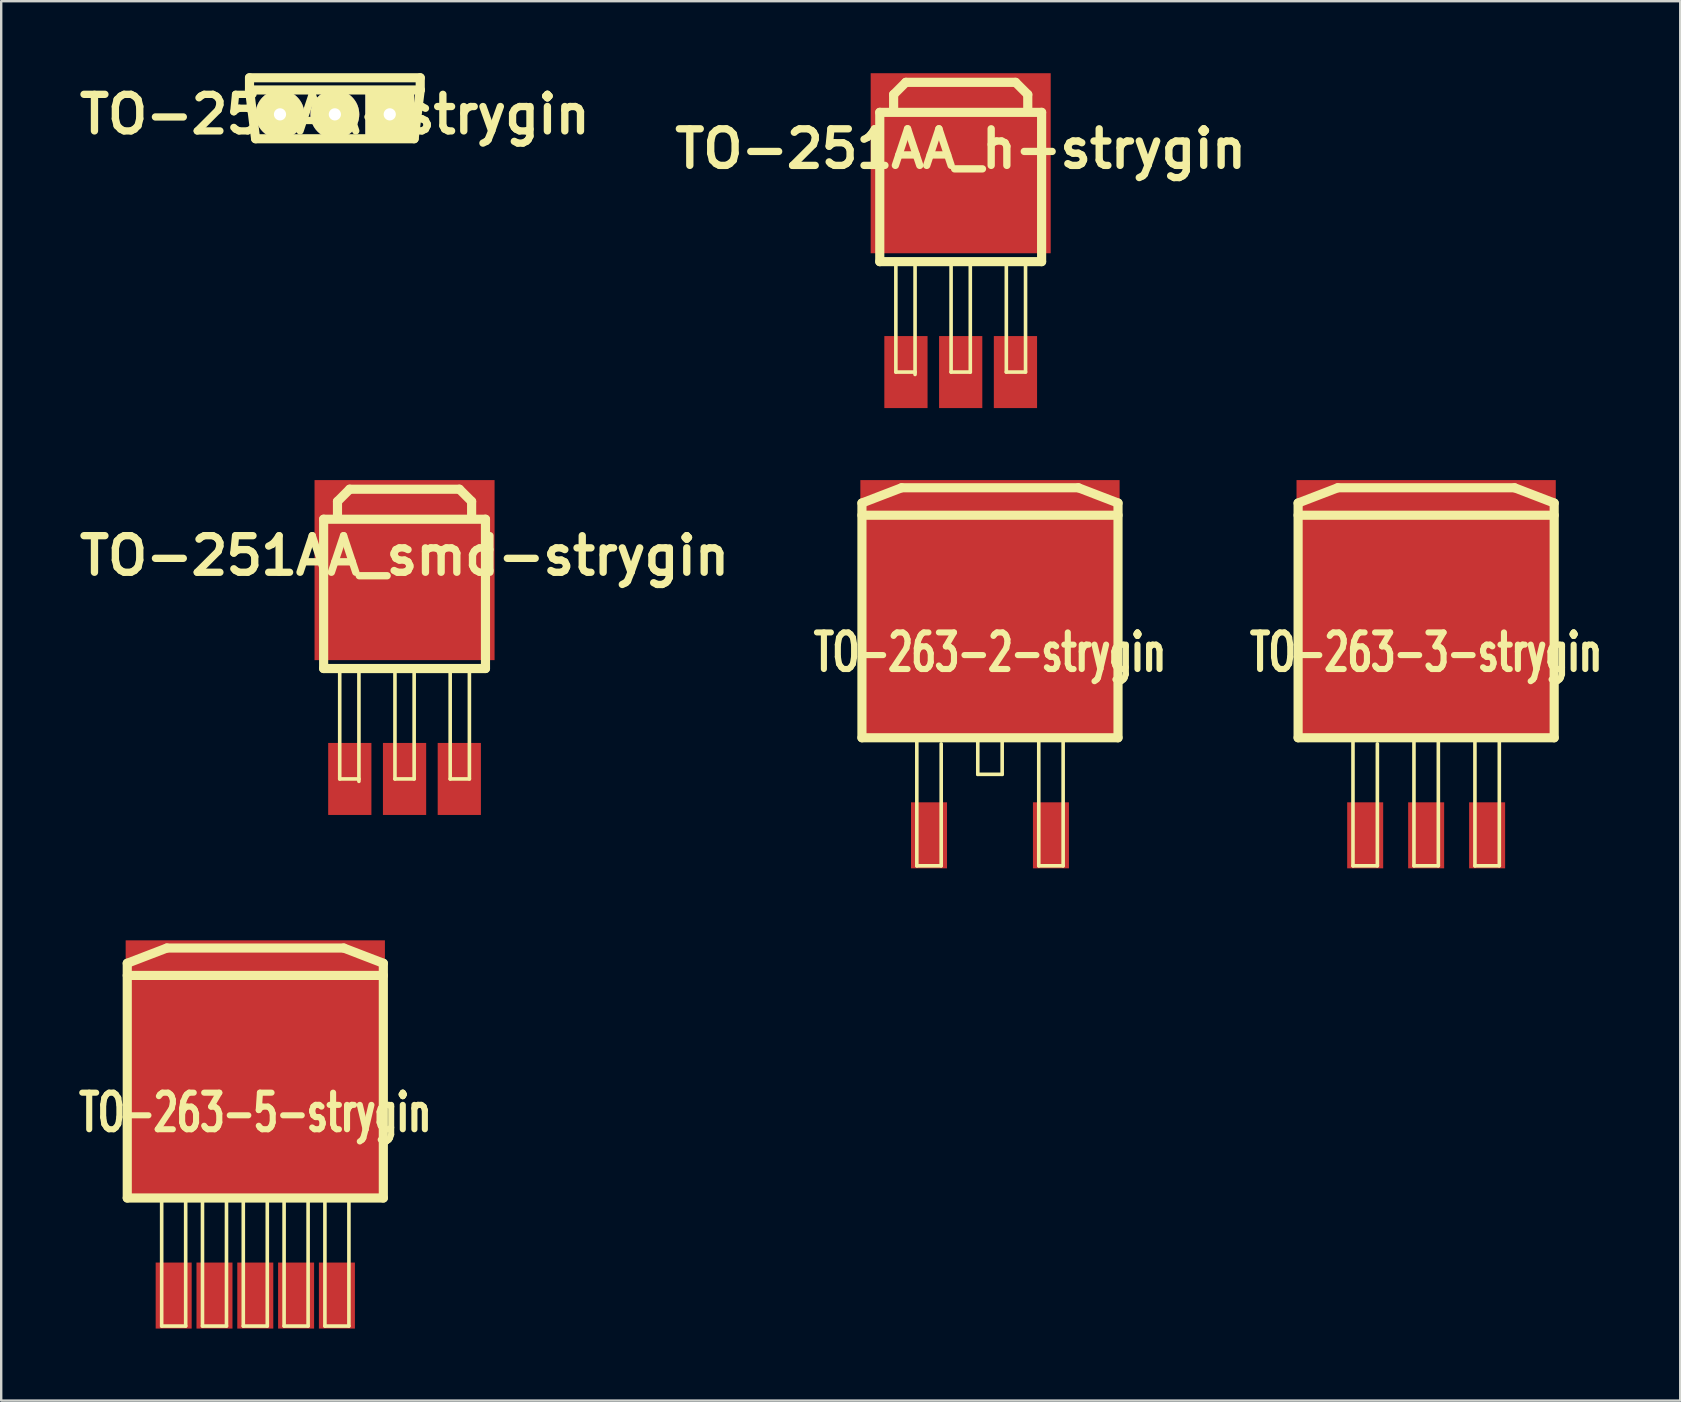
<source format=kicad_pcb>
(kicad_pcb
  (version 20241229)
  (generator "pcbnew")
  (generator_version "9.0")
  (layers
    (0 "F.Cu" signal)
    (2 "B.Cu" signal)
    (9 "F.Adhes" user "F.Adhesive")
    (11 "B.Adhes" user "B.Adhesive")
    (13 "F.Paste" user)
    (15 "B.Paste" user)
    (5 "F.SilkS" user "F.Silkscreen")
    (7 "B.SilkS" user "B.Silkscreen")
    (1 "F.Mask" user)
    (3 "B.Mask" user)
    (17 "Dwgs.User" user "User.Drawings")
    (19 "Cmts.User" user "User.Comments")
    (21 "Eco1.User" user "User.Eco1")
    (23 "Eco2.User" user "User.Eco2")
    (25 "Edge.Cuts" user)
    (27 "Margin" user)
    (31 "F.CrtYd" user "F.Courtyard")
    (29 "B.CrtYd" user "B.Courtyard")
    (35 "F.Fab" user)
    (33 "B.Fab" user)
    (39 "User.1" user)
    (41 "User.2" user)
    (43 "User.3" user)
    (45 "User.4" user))
  (footprint "TO-251AA-strygin"
    (layer "F.Cu")
    (at 10.9 1.714)
    (property "Reference" "TO-251AA-strygin" (at 0 0 0) (layer "F.SilkS") (effects (font (size 1.524 1.524) (thickness 0.305))))
    (attr through_hole)
    (fp_line (start -3.556 -1.524) (end -3.556 -1.016) (stroke (width 0.381) (type solid)) (layer "F.SilkS"))
    (fp_line (start -3.556 -1.524) (end 3.556 -1.524) (stroke (width 0.381) (type solid)) (layer "F.SilkS"))
    (fp_line (start -3.556 -1.016) (end -3.302 1.016) (stroke (width 0.381) (type solid)) (layer "F.SilkS"))
    (fp_line (start -3.556 -1.016) (end 3.556 -1.016) (stroke (width 0.381) (type solid)) (layer "F.SilkS"))
    (fp_line (start -3.302 1.016) (end 3.302 1.016) (stroke (width 0.381) (type solid)) (layer "F.SilkS"))
    (fp_line (start 3.556 -1.524) (end 3.556 -1.016) (stroke (width 0.381) (type solid)) (layer "F.SilkS"))
    (fp_line (start 3.556 -1.016) (end 3.302 1.016) (stroke (width 0.381) (type solid)) (layer "F.SilkS"))
    (pad "1" thru_hole circle (at -2.286 0) (size 2.032 2.032) (drill 0.508) (layers "*.Cu" "*.Mask" "F.SilkS"))
    (pad "2" thru_hole circle (at 0 0) (size 2.032 2.032) (drill 0.508) (layers "*.Cu" "*.Mask" "F.SilkS"))
    (pad "3" thru_hole rect (at 2.286 0) (size 2.032 2.032) (drill 0.508) (layers "*.Cu" "*.Mask" "F.SilkS")))
  (footprint "TO-263-2-strygin"
    (layer "F.Cu")
    (at 38.191 31.748)
    (property "Reference" "TO-263-2-strygin" (at 0 -7.62 0) (layer "F.SilkS") (effects (font (size 1.524 1.016) (thickness 0.254))))
    (attr smd)
    (fp_line (start -5.334 -13.843) (end -3.683 -14.478) (stroke (width 0.381) (type solid)) (layer "F.SilkS"))
    (fp_line (start -5.334 -4.064) (end -5.334 -13.843) (stroke (width 0.381) (type solid)) (layer "F.SilkS"))
    (fp_line (start -5.334 -4.064) (end 5.334 -4.064) (stroke (width 0.381) (type solid)) (layer "F.SilkS"))
    (fp_line (start -3.683 -14.478) (end 3.683 -14.478) (stroke (width 0.381) (type solid)) (layer "F.SilkS"))
    (fp_line (start -3.048 -4.064) (end -3.048 1.27) (stroke (width 0.15) (type solid)) (layer "F.SilkS"))
    (fp_line (start -3.048 1.27) (end -2.032 1.27) (stroke (width 0.15) (type solid)) (layer "F.SilkS"))
    (fp_line (start -2.032 1.27) (end -2.032 -3.81) (stroke (width 0.15) (type solid)) (layer "F.SilkS"))
    (fp_line (start -0.508 -4.064) (end -0.508 -2.54) (stroke (width 0.15) (type solid)) (layer "F.SilkS"))
    (fp_line (start -0.508 -2.54) (end 0.508 -2.54) (stroke (width 0.15) (type solid)) (layer "F.SilkS"))
    (fp_line (start 0.508 -2.54) (end 0.508 -4.064) (stroke (width 0.15) (type solid)) (layer "F.SilkS"))
    (fp_line (start 2.032 -4.064) (end 2.032 1.27) (stroke (width 0.15) (type solid)) (layer "F.SilkS"))
    (fp_line (start 2.032 1.27) (end 3.048 1.27) (stroke (width 0.15) (type solid)) (layer "F.SilkS"))
    (fp_line (start 3.048 1.27) (end 3.048 -4.064) (stroke (width 0.15) (type solid)) (layer "F.SilkS"))
    (fp_line (start 3.683 -14.478) (end 5.334 -13.843) (stroke (width 0.381) (type solid)) (layer "F.SilkS"))
    (fp_line (start 5.334 -13.843) (end 5.334 -4.064) (stroke (width 0.381) (type solid)) (layer "F.SilkS"))
    (fp_line (start 5.334 -13.335) (end -5.334 -13.335) (stroke (width 0.381) (type solid)) (layer "F.SilkS"))
    (pad "1" smd rect (at -2.54 0) (size 1.5 2.75) (layers "F.Cu" "F.Mask" "F.Paste"))
    (pad "2" smd rect (at 0 -9.398) (size 10.8 10.8) (layers "F.Cu" "F.Mask" "F.Paste"))
    (pad "3" smd rect (at 2.54 0) (size 1.5 2.75) (layers "F.Cu" "F.Mask" "F.Paste")))
  (footprint "TO-251AA_smd-strygin"
    (layer "F.Cu")
    (at 13.803 29.4)
    (property "Reference" "TO-251AA_smd-strygin" (at 0 -9.3 0) (layer "F.SilkS") (effects (font (size 1.524 1.524) (thickness 0.305))))
    (attr through_hole)
    (fp_line (start -3.371 -10.82) (end 3.371 -10.82) (stroke (width 0.381) (type solid)) (layer "F.SilkS"))
    (fp_line (start -3.371 -4.6) (end -3.371 -10.82) (stroke (width 0.381) (type solid)) (layer "F.SilkS"))
    (fp_line (start -3.371 -4.6) (end 3.371 -4.6) (stroke (width 0.381) (type solid)) (layer "F.SilkS"))
    (fp_line (start -2.794 -11.562) (end -2.286 -12.07) (stroke (width 0.381) (type solid)) (layer "F.SilkS"))
    (fp_line (start -2.794 -10.9) (end -2.794 -11.562) (stroke (width 0.381) (type solid)) (layer "F.SilkS"))
    (fp_line (start -2.701 0) (end -2.701 -4.6) (stroke (width 0.15) (type solid)) (layer "F.SilkS"))
    (fp_line (start -2.7 0) (end -1.9 0) (stroke (width 0.15) (type solid)) (layer "F.SilkS"))
    (fp_line (start -2.286 -12.07) (end 2.286 -12.07) (stroke (width 0.381) (type solid)) (layer "F.SilkS"))
    (fp_line (start -1.901 0.1) (end -1.901 -4.6) (stroke (width 0.15) (type solid)) (layer "F.SilkS"))
    (fp_line (start -0.4 0) (end -0.4 -4.6) (stroke (width 0.15) (type solid)) (layer "F.SilkS"))
    (fp_line (start -0.4 0) (end 0.4 0) (stroke (width 0.15) (type solid)) (layer "F.SilkS"))
    (fp_line (start 0.4 0) (end 0.4 -4.6) (stroke (width 0.15) (type solid)) (layer "F.SilkS"))
    (fp_line (start 1.9 0) (end 2.7 0) (stroke (width 0.15) (type solid)) (layer "F.SilkS"))
    (fp_line (start 1.901 0) (end 1.901 -4.6) (stroke (width 0.15) (type solid)) (layer "F.SilkS"))
    (fp_line (start 2.286 -12.07) (end 2.794 -11.562) (stroke (width 0.381) (type solid)) (layer "F.SilkS"))
    (fp_line (start 2.701 0) (end 2.701 -4.6) (stroke (width 0.15) (type solid)) (layer "F.SilkS"))
    (fp_line (start 2.794 -11.562) (end 2.794 -10.9) (stroke (width 0.381) (type solid)) (layer "F.SilkS"))
    (fp_line (start 3.371 -10.82) (end 3.371 -4.6) (stroke (width 0.381) (type solid)) (layer "F.SilkS"))
    (pad "1" smd rect (at -2.281 0) (size 1.801 3) (layers "F.Cu" "F.Mask" "F.Paste"))
    (pad "2" smd rect (at 0 -8.7) (size 7.5 7.5) (layers "F.Cu" "F.Mask" "F.Paste"))
    (pad "2" smd rect (at 0 0) (size 1.801 3) (layers "F.Cu" "F.Mask" "F.Paste"))
    (pad "3" smd rect (at 2.281 0) (size 1.801 3) (layers "F.Cu" "F.Mask" "F.Paste")))
  (footprint "TO-263-3-strygin"
    (layer "F.Cu")
    (at 56.361 31.748)
    (property "Reference" "TO-263-3-strygin" (at 0 -7.62 0) (layer "F.SilkS") (effects (font (size 1.524 1.016) (thickness 0.254))))
    (attr smd)
    (fp_line (start -5.334 -13.843) (end -3.683 -14.478) (stroke (width 0.381) (type solid)) (layer "F.SilkS"))
    (fp_line (start -5.334 -4.064) (end -5.334 -13.843) (stroke (width 0.381) (type solid)) (layer "F.SilkS"))
    (fp_line (start -5.334 -4.064) (end 5.334 -4.064) (stroke (width 0.381) (type solid)) (layer "F.SilkS"))
    (fp_line (start -3.683 -14.478) (end 3.683 -14.478) (stroke (width 0.381) (type solid)) (layer "F.SilkS"))
    (fp_line (start -3.048 -4.064) (end -3.048 1.27) (stroke (width 0.15) (type solid)) (layer "F.SilkS"))
    (fp_line (start -3.048 1.27) (end -2.032 1.27) (stroke (width 0.15) (type solid)) (layer "F.SilkS"))
    (fp_line (start -2.032 1.27) (end -2.032 -3.81) (stroke (width 0.15) (type solid)) (layer "F.SilkS"))
    (fp_line (start -0.508 -4.064) (end -0.508 1.27) (stroke (width 0.15) (type solid)) (layer "F.SilkS"))
    (fp_line (start -0.508 1.27) (end 0.508 1.27) (stroke (width 0.15) (type solid)) (layer "F.SilkS"))
    (fp_line (start 0.508 1.27) (end 0.508 -4.064) (stroke (width 0.15) (type solid)) (layer "F.SilkS"))
    (fp_line (start 2.032 -4.064) (end 2.032 1.27) (stroke (width 0.15) (type solid)) (layer "F.SilkS"))
    (fp_line (start 2.032 1.27) (end 3.048 1.27) (stroke (width 0.15) (type solid)) (layer "F.SilkS"))
    (fp_line (start 3.048 1.27) (end 3.048 -4.064) (stroke (width 0.15) (type solid)) (layer "F.SilkS"))
    (fp_line (start 3.683 -14.478) (end 5.334 -13.843) (stroke (width 0.381) (type solid)) (layer "F.SilkS"))
    (fp_line (start 5.334 -13.843) (end 5.334 -4.064) (stroke (width 0.381) (type solid)) (layer "F.SilkS"))
    (fp_line (start 5.334 -13.335) (end -5.334 -13.335) (stroke (width 0.381) (type solid)) (layer "F.SilkS"))
    (pad "1" smd rect (at -2.54 0) (size 1.5 2.75) (layers "F.Cu" "F.Mask" "F.Paste"))
    (pad "2" smd rect (at 0 -9.398) (size 10.8 10.8) (layers "F.Cu" "F.Mask" "F.Paste"))
    (pad "2" smd rect (at 0 0) (size 1.5 2.75) (layers "F.Cu" "F.Mask" "F.Paste"))
    (pad "3" smd rect (at 2.54 0) (size 1.5 2.75) (layers "F.Cu" "F.Mask" "F.Paste")))
  (footprint "TO-251AA_h-strygin"
    (layer "F.Cu")
    (at 36.971 12.45)
    (property "Reference" "TO-251AA_h-strygin" (at 0 -9.3 0) (layer "F.SilkS") (effects (font (size 1.524 1.524) (thickness 0.305))))
    (attr through_hole)
    (fp_line (start -3.371 -10.82) (end 3.371 -10.82) (stroke (width 0.381) (type solid)) (layer "F.SilkS"))
    (fp_line (start -3.371 -4.6) (end -3.371 -10.82) (stroke (width 0.381) (type solid)) (layer "F.SilkS"))
    (fp_line (start -3.371 -4.6) (end 3.371 -4.6) (stroke (width 0.381) (type solid)) (layer "F.SilkS"))
    (fp_line (start -2.794 -11.562) (end -2.286 -12.07) (stroke (width 0.381) (type solid)) (layer "F.SilkS"))
    (fp_line (start -2.794 -10.9) (end -2.794 -11.562) (stroke (width 0.381) (type solid)) (layer "F.SilkS"))
    (fp_line (start -2.701 0) (end -2.701 -4.6) (stroke (width 0.15) (type solid)) (layer "F.SilkS"))
    (fp_line (start -2.7 0) (end -1.9 0) (stroke (width 0.15) (type solid)) (layer "F.SilkS"))
    (fp_line (start -2.286 -12.07) (end 2.286 -12.07) (stroke (width 0.381) (type solid)) (layer "F.SilkS"))
    (fp_line (start -1.901 0.1) (end -1.901 -4.6) (stroke (width 0.15) (type solid)) (layer "F.SilkS"))
    (fp_line (start -0.4 0) (end -0.4 -4.6) (stroke (width 0.15) (type solid)) (layer "F.SilkS"))
    (fp_line (start -0.4 0) (end 0.4 0) (stroke (width 0.15) (type solid)) (layer "F.SilkS"))
    (fp_line (start 0.4 0) (end 0.4 -4.6) (stroke (width 0.15) (type solid)) (layer "F.SilkS"))
    (fp_line (start 1.9 0) (end 2.7 0) (stroke (width 0.15) (type solid)) (layer "F.SilkS"))
    (fp_line (start 1.901 0) (end 1.901 -4.6) (stroke (width 0.15) (type solid)) (layer "F.SilkS"))
    (fp_line (start 2.286 -12.07) (end 2.794 -11.562) (stroke (width 0.381) (type solid)) (layer "F.SilkS"))
    (fp_line (start 2.701 0) (end 2.701 -4.6) (stroke (width 0.15) (type solid)) (layer "F.SilkS"))
    (fp_line (start 2.794 -11.562) (end 2.794 -10.9) (stroke (width 0.381) (type solid)) (layer "F.SilkS"))
    (fp_line (start 3.371 -10.82) (end 3.371 -4.6) (stroke (width 0.381) (type solid)) (layer "F.SilkS"))
    (pad "1" smd rect (at -2.281 0) (size 1.801 3) (layers "F.Cu" "F.Mask" "F.Paste"))
    (pad "2" smd rect (at 0 -8.7) (size 7.5 7.5) (layers "F.Cu" "F.Mask" "F.Paste"))
    (pad "2" smd rect (at 0 0) (size 1.801 3) (layers "F.Cu" "F.Mask" "F.Paste"))
    (pad "3" smd rect (at 2.281 0) (size 1.801 3) (layers "F.Cu" "F.Mask" "F.Paste")))
  (footprint "TO-263-5-strygin"
    (layer "F.Cu")
    (at 7.585 50.921)
    (property "Reference" "TO-263-5-strygin" (at 0 -7.62 0) (layer "F.SilkS") (effects (font (size 1.524 1.016) (thickness 0.254))))
    (attr smd)
    (fp_line (start -5.334 -13.843) (end -3.683 -14.478) (stroke (width 0.381) (type solid)) (layer "F.SilkS"))
    (fp_line (start -5.334 -4.064) (end -5.334 -13.843) (stroke (width 0.381) (type solid)) (layer "F.SilkS"))
    (fp_line (start -5.334 -4.064) (end 5.334 -4.064) (stroke (width 0.381) (type solid)) (layer "F.SilkS"))
    (fp_line (start -3.9 -4.064) (end -3.9 1.27) (stroke (width 0.15) (type solid)) (layer "F.SilkS"))
    (fp_line (start -3.9 1.27) (end -2.9 1.27) (stroke (width 0.15) (type solid)) (layer "F.SilkS"))
    (fp_line (start -3.683 -14.478) (end 3.683 -14.478) (stroke (width 0.381) (type solid)) (layer "F.SilkS"))
    (fp_line (start -2.9 1.27) (end -2.9 -4.064) (stroke (width 0.15) (type solid)) (layer "F.SilkS"))
    (fp_line (start -2.2 -4.064) (end -2.2 1.27) (stroke (width 0.15) (type solid)) (layer "F.SilkS"))
    (fp_line (start -2.2 1.27) (end -1.2 1.27) (stroke (width 0.15) (type solid)) (layer "F.SilkS"))
    (fp_line (start -1.2 1.27) (end -1.2 -4.064) (stroke (width 0.15) (type solid)) (layer "F.SilkS"))
    (fp_line (start -0.5 -4.064) (end -0.5 1.27) (stroke (width 0.15) (type solid)) (layer "F.SilkS"))
    (fp_line (start -0.5 1.27) (end 0.5 1.27) (stroke (width 0.15) (type solid)) (layer "F.SilkS"))
    (fp_line (start 0.5 1.27) (end 0.5 -4.064) (stroke (width 0.15) (type solid)) (layer "F.SilkS"))
    (fp_line (start 1.2 -4.064) (end 1.2 1.27) (stroke (width 0.15) (type solid)) (layer "F.SilkS"))
    (fp_line (start 1.2 1.27) (end 2.2 1.27) (stroke (width 0.15) (type solid)) (layer "F.SilkS"))
    (fp_line (start 2.2 1.27) (end 2.2 -4.064) (stroke (width 0.15) (type solid)) (layer "F.SilkS"))
    (fp_line (start 2.9 -4.064) (end 2.9 1.27) (stroke (width 0.15) (type solid)) (layer "F.SilkS"))
    (fp_line (start 2.9 1.27) (end 3.9 1.27) (stroke (width 0.15) (type solid)) (layer "F.SilkS"))
    (fp_line (start 3.683 -14.478) (end 5.334 -13.843) (stroke (width 0.381) (type solid)) (layer "F.SilkS"))
    (fp_line (start 3.9 1.27) (end 3.9 -4.064) (stroke (width 0.15) (type solid)) (layer "F.SilkS"))
    (fp_line (start 5.334 -13.843) (end 5.334 -4.064) (stroke (width 0.381) (type solid)) (layer "F.SilkS"))
    (fp_line (start 5.334 -13.335) (end -5.334 -13.335) (stroke (width 0.381) (type solid)) (layer "F.SilkS"))
    (pad "1" smd rect (at -3.4 0) (size 1.5 2.75) (layers "F.Cu" "F.Mask" "F.Paste"))
    (pad "2" smd rect (at -1.7 0) (size 1.5 2.75) (layers "F.Cu" "F.Mask" "F.Paste"))
    (pad "3" smd rect (at 0 -9.398) (size 10.8 10.8) (layers "F.Cu" "F.Mask" "F.Paste"))
    (pad "3" smd rect (at 0 0) (size 1.5 2.75) (layers "F.Cu" "F.Mask" "F.Paste"))
    (pad "4" smd rect (at 1.7 0) (size 1.5 2.75) (layers "F.Cu" "F.Mask" "F.Paste"))
    (pad "5" smd rect (at 3.4 0) (size 1.5 2.75) (layers "F.Cu" "F.Mask" "F.Paste")))
  (gr_rect
    (start -3 -3)
    (end 66.946 55.296)
    (stroke (width 0.1) (type default))
    (fill no)
    (layer "Edge.Cuts")))
</source>
